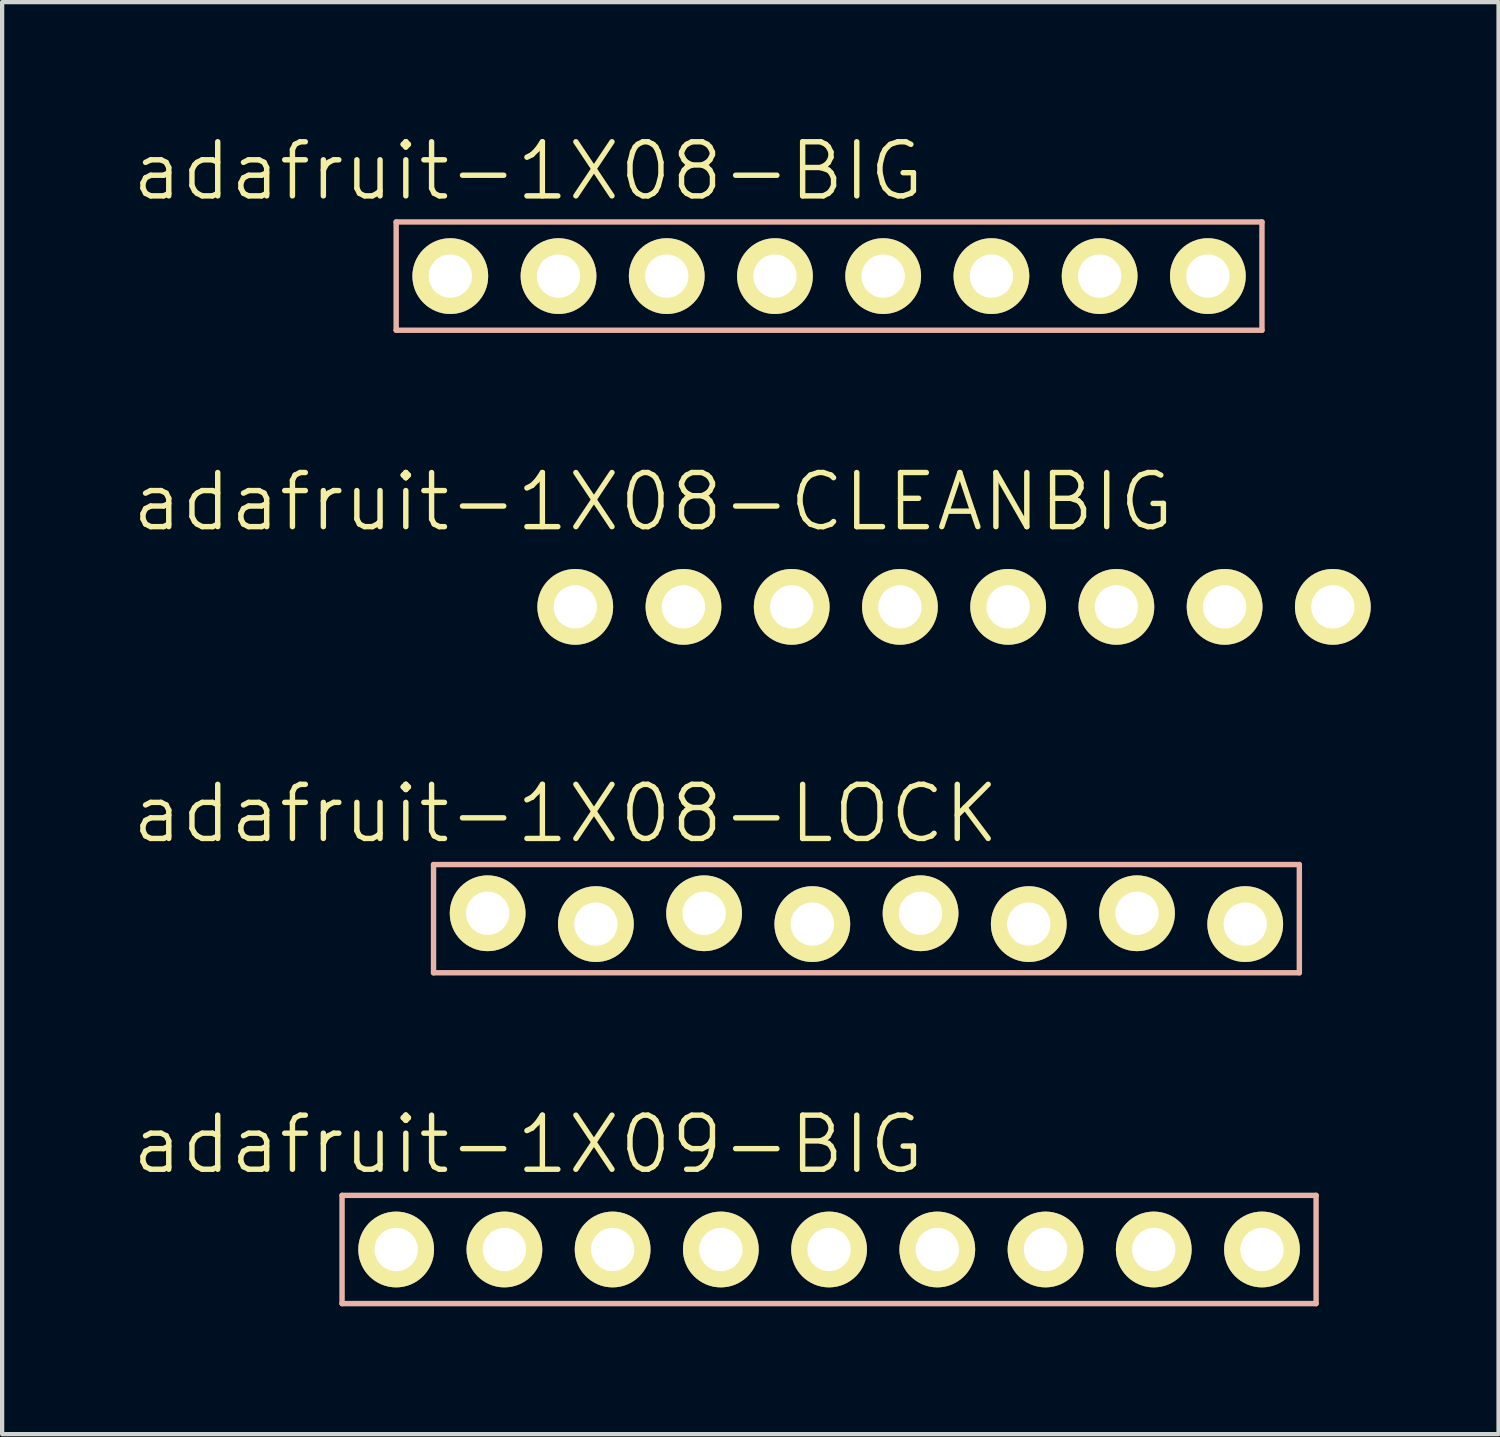
<source format=kicad_pcb>
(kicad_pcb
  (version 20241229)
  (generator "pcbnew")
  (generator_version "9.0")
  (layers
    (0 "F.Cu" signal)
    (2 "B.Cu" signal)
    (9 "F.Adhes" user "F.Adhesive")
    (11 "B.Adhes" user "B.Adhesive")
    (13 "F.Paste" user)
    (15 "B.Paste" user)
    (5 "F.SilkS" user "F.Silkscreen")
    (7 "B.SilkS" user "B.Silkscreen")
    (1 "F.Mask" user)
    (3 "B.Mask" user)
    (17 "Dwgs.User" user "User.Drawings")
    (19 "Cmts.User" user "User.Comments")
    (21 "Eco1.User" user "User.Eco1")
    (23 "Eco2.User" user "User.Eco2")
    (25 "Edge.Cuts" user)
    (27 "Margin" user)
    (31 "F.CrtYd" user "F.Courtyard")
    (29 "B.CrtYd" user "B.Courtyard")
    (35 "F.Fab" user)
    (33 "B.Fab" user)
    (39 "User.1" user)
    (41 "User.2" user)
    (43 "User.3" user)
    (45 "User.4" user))
  (footprint "adafruit-1X08-BIG"
    (layer "F.Cu")
    (at 16.408 3.43)
    (property "Reference" "adafruit-1X08-BIG" (at -7.061 -2.464 0) (layer "F.SilkS") (effects (font (size 1.27 1.27) (thickness 0.127))))
    (attr exclude_from_pos_files exclude_from_bom)
    (fp_line (start -9.144 -0.254) (end -8.636 -0.254) (stroke (width 0.066) (type solid)) (layer "F.SilkS"))
    (fp_line (start -9.144 0.254) (end -9.144 -0.254) (stroke (width 0.066) (type solid)) (layer "F.SilkS"))
    (fp_line (start -9.144 0.254) (end -8.636 0.254) (stroke (width 0.066) (type solid)) (layer "F.SilkS"))
    (fp_line (start -8.636 0.254) (end -8.636 -0.254) (stroke (width 0.066) (type solid)) (layer "F.SilkS"))
    (fp_line (start -6.604 -0.254) (end -6.096 -0.254) (stroke (width 0.066) (type solid)) (layer "F.SilkS"))
    (fp_line (start -6.604 0.254) (end -6.604 -0.254) (stroke (width 0.066) (type solid)) (layer "F.SilkS"))
    (fp_line (start -6.604 0.254) (end -6.096 0.254) (stroke (width 0.066) (type solid)) (layer "F.SilkS"))
    (fp_line (start -6.096 0.254) (end -6.096 -0.254) (stroke (width 0.066) (type solid)) (layer "F.SilkS"))
    (fp_line (start -4.064 -0.254) (end -3.556 -0.254) (stroke (width 0.066) (type solid)) (layer "F.SilkS"))
    (fp_line (start -4.064 0.254) (end -4.064 -0.254) (stroke (width 0.066) (type solid)) (layer "F.SilkS"))
    (fp_line (start -4.064 0.254) (end -3.556 0.254) (stroke (width 0.066) (type solid)) (layer "F.SilkS"))
    (fp_line (start -3.556 0.254) (end -3.556 -0.254) (stroke (width 0.066) (type solid)) (layer "F.SilkS"))
    (fp_line (start -1.524 -0.254) (end -1.016 -0.254) (stroke (width 0.066) (type solid)) (layer "F.SilkS"))
    (fp_line (start -1.524 0.254) (end -1.524 -0.254) (stroke (width 0.066) (type solid)) (layer "F.SilkS"))
    (fp_line (start -1.524 0.254) (end -1.016 0.254) (stroke (width 0.066) (type solid)) (layer "F.SilkS"))
    (fp_line (start -1.016 0.254) (end -1.016 -0.254) (stroke (width 0.066) (type solid)) (layer "F.SilkS"))
    (fp_line (start 1.016 -0.254) (end 1.524 -0.254) (stroke (width 0.066) (type solid)) (layer "F.SilkS"))
    (fp_line (start 1.016 0.254) (end 1.016 -0.254) (stroke (width 0.066) (type solid)) (layer "F.SilkS"))
    (fp_line (start 1.016 0.254) (end 1.524 0.254) (stroke (width 0.066) (type solid)) (layer "F.SilkS"))
    (fp_line (start 1.524 0.254) (end 1.524 -0.254) (stroke (width 0.066) (type solid)) (layer "F.SilkS"))
    (fp_line (start 3.556 -0.254) (end 4.064 -0.254) (stroke (width 0.066) (type solid)) (layer "F.SilkS"))
    (fp_line (start 3.556 0.254) (end 3.556 -0.254) (stroke (width 0.066) (type solid)) (layer "F.SilkS"))
    (fp_line (start 3.556 0.254) (end 4.064 0.254) (stroke (width 0.066) (type solid)) (layer "F.SilkS"))
    (fp_line (start 4.064 0.254) (end 4.064 -0.254) (stroke (width 0.066) (type solid)) (layer "F.SilkS"))
    (fp_line (start 6.096 -0.254) (end 6.604 -0.254) (stroke (width 0.066) (type solid)) (layer "F.SilkS"))
    (fp_line (start 6.096 0.254) (end 6.096 -0.254) (stroke (width 0.066) (type solid)) (layer "F.SilkS"))
    (fp_line (start 6.096 0.254) (end 6.604 0.254) (stroke (width 0.066) (type solid)) (layer "F.SilkS"))
    (fp_line (start 6.604 0.254) (end 6.604 -0.254) (stroke (width 0.066) (type solid)) (layer "F.SilkS"))
    (fp_line (start 8.636 -0.254) (end 9.144 -0.254) (stroke (width 0.066) (type solid)) (layer "F.SilkS"))
    (fp_line (start 8.636 0.254) (end 8.636 -0.254) (stroke (width 0.066) (type solid)) (layer "F.SilkS"))
    (fp_line (start 8.636 0.254) (end 9.144 0.254) (stroke (width 0.066) (type solid)) (layer "F.SilkS"))
    (fp_line (start 9.144 0.254) (end 9.144 -0.254) (stroke (width 0.066) (type solid)) (layer "F.SilkS"))
    (fp_line (start -10.16 -1.27) (end 10.16 -1.27) (stroke (width 0.127) (type solid)) (layer "B.SilkS"))
    (fp_line (start -10.16 1.27) (end -10.16 -1.27) (stroke (width 0.127) (type solid)) (layer "B.SilkS"))
    (fp_line (start 10.16 -1.27) (end 10.16 1.27) (stroke (width 0.127) (type solid)) (layer "B.SilkS"))
    (fp_line (start 10.16 1.27) (end -10.16 1.27) (stroke (width 0.127) (type solid)) (layer "B.SilkS"))
    (pad "1" thru_hole circle (at -8.89 0) (size 1.778 1.778) (drill 1.016) (layers "*.Cu" "F.Mask" "F.SilkS" "F.Paste"))
    (pad "2" thru_hole circle (at -6.35 0) (size 1.778 1.778) (drill 1.016) (layers "*.Cu" "F.Mask" "F.SilkS" "F.Paste"))
    (pad "3" thru_hole circle (at -3.81 0) (size 1.778 1.778) (drill 1.016) (layers "*.Cu" "F.Mask" "F.SilkS" "F.Paste"))
    (pad "4" thru_hole circle (at -1.27 0) (size 1.778 1.778) (drill 1.016) (layers "*.Cu" "F.Mask" "F.SilkS" "F.Paste"))
    (pad "5" thru_hole circle (at 1.27 0) (size 1.778 1.778) (drill 1.016) (layers "*.Cu" "F.Mask" "F.SilkS" "F.Paste"))
    (pad "6" thru_hole circle (at 3.81 0) (size 1.778 1.778) (drill 1.016) (layers "*.Cu" "F.Mask" "F.SilkS" "F.Paste"))
    (pad "7" thru_hole circle (at 6.35 0) (size 1.778 1.778) (drill 1.016) (layers "*.Cu" "F.Mask" "F.SilkS" "F.Paste"))
    (pad "8" thru_hole circle (at 8.89 0) (size 1.778 1.778) (drill 1.016) (layers "*.Cu" "F.Mask" "F.SilkS" "F.Paste")))
  (footprint "adafruit-1X08-CLEANBIG"
    (layer "F.Cu")
    (at 19.341 11.193)
    (property "Reference" "adafruit-1X08-CLEANBIG" (at -7.061 -2.464 0) (layer "F.SilkS") (effects (font (size 1.27 1.27) (thickness 0.127))))
    (attr exclude_from_pos_files exclude_from_bom)
    (fp_line (start -9.144 -0.254) (end -8.636 -0.254) (stroke (width 0.066) (type solid)) (layer "F.SilkS"))
    (fp_line (start -9.144 0.254) (end -9.144 -0.254) (stroke (width 0.066) (type solid)) (layer "F.SilkS"))
    (fp_line (start -9.144 0.254) (end -8.636 0.254) (stroke (width 0.066) (type solid)) (layer "F.SilkS"))
    (fp_line (start -8.636 0.254) (end -8.636 -0.254) (stroke (width 0.066) (type solid)) (layer "F.SilkS"))
    (fp_line (start -6.604 -0.254) (end -6.096 -0.254) (stroke (width 0.066) (type solid)) (layer "F.SilkS"))
    (fp_line (start -6.604 0.254) (end -6.604 -0.254) (stroke (width 0.066) (type solid)) (layer "F.SilkS"))
    (fp_line (start -6.604 0.254) (end -6.096 0.254) (stroke (width 0.066) (type solid)) (layer "F.SilkS"))
    (fp_line (start -6.096 0.254) (end -6.096 -0.254) (stroke (width 0.066) (type solid)) (layer "F.SilkS"))
    (fp_line (start -4.064 -0.254) (end -3.556 -0.254) (stroke (width 0.066) (type solid)) (layer "F.SilkS"))
    (fp_line (start -4.064 0.254) (end -4.064 -0.254) (stroke (width 0.066) (type solid)) (layer "F.SilkS"))
    (fp_line (start -4.064 0.254) (end -3.556 0.254) (stroke (width 0.066) (type solid)) (layer "F.SilkS"))
    (fp_line (start -3.556 0.254) (end -3.556 -0.254) (stroke (width 0.066) (type solid)) (layer "F.SilkS"))
    (fp_line (start -1.524 -0.254) (end -1.016 -0.254) (stroke (width 0.066) (type solid)) (layer "F.SilkS"))
    (fp_line (start -1.524 0.254) (end -1.524 -0.254) (stroke (width 0.066) (type solid)) (layer "F.SilkS"))
    (fp_line (start -1.524 0.254) (end -1.016 0.254) (stroke (width 0.066) (type solid)) (layer "F.SilkS"))
    (fp_line (start -1.016 0.254) (end -1.016 -0.254) (stroke (width 0.066) (type solid)) (layer "F.SilkS"))
    (fp_line (start 1.016 -0.254) (end 1.524 -0.254) (stroke (width 0.066) (type solid)) (layer "F.SilkS"))
    (fp_line (start 1.016 0.254) (end 1.016 -0.254) (stroke (width 0.066) (type solid)) (layer "F.SilkS"))
    (fp_line (start 1.016 0.254) (end 1.524 0.254) (stroke (width 0.066) (type solid)) (layer "F.SilkS"))
    (fp_line (start 1.524 0.254) (end 1.524 -0.254) (stroke (width 0.066) (type solid)) (layer "F.SilkS"))
    (fp_line (start 3.556 -0.254) (end 4.064 -0.254) (stroke (width 0.066) (type solid)) (layer "F.SilkS"))
    (fp_line (start 3.556 0.254) (end 3.556 -0.254) (stroke (width 0.066) (type solid)) (layer "F.SilkS"))
    (fp_line (start 3.556 0.254) (end 4.064 0.254) (stroke (width 0.066) (type solid)) (layer "F.SilkS"))
    (fp_line (start 4.064 0.254) (end 4.064 -0.254) (stroke (width 0.066) (type solid)) (layer "F.SilkS"))
    (fp_line (start 6.096 -0.254) (end 6.604 -0.254) (stroke (width 0.066) (type solid)) (layer "F.SilkS"))
    (fp_line (start 6.096 0.254) (end 6.096 -0.254) (stroke (width 0.066) (type solid)) (layer "F.SilkS"))
    (fp_line (start 6.096 0.254) (end 6.604 0.254) (stroke (width 0.066) (type solid)) (layer "F.SilkS"))
    (fp_line (start 6.604 0.254) (end 6.604 -0.254) (stroke (width 0.066) (type solid)) (layer "F.SilkS"))
    (fp_line (start 8.636 -0.254) (end 9.144 -0.254) (stroke (width 0.066) (type solid)) (layer "F.SilkS"))
    (fp_line (start 8.636 0.254) (end 8.636 -0.254) (stroke (width 0.066) (type solid)) (layer "F.SilkS"))
    (fp_line (start 8.636 0.254) (end 9.144 0.254) (stroke (width 0.066) (type solid)) (layer "F.SilkS"))
    (fp_line (start 9.144 0.254) (end 9.144 -0.254) (stroke (width 0.066) (type solid)) (layer "F.SilkS"))
    (pad "1" thru_hole circle (at -8.89 0) (size 1.778 1.778) (drill 1.016) (layers "*.Cu" "F.Mask" "F.SilkS" "F.Paste"))
    (pad "2" thru_hole circle (at -6.35 0) (size 1.778 1.778) (drill 1.016) (layers "*.Cu" "F.Mask" "F.SilkS" "F.Paste"))
    (pad "3" thru_hole circle (at -3.81 0) (size 1.778 1.778) (drill 1.016) (layers "*.Cu" "F.Mask" "F.SilkS" "F.Paste"))
    (pad "4" thru_hole circle (at -1.27 0) (size 1.778 1.778) (drill 1.016) (layers "*.Cu" "F.Mask" "F.SilkS" "F.Paste"))
    (pad "5" thru_hole circle (at 1.27 0) (size 1.778 1.778) (drill 1.016) (layers "*.Cu" "F.Mask" "F.SilkS" "F.Paste"))
    (pad "6" thru_hole circle (at 3.81 0) (size 1.778 1.778) (drill 1.016) (layers "*.Cu" "F.Mask" "F.SilkS" "F.Paste"))
    (pad "7" thru_hole circle (at 6.35 0) (size 1.778 1.778) (drill 1.016) (layers "*.Cu" "F.Mask" "F.SilkS" "F.Paste"))
    (pad "8" thru_hole circle (at 8.89 0) (size 1.778 1.778) (drill 1.016) (layers "*.Cu" "F.Mask" "F.SilkS" "F.Paste")))
  (footprint "adafruit-1X08-LOCK"
    (layer "F.Cu")
    (at 17.285 18.511)
    (property "Reference" "adafruit-1X08-LOCK" (at -7.061 -2.464 0) (layer "F.SilkS") (effects (font (size 1.27 1.27) (thickness 0.127))))
    (attr exclude_from_pos_files exclude_from_bom)
    (fp_line (start -9.144 -0.254) (end -8.636 -0.254) (stroke (width 0.066) (type solid)) (layer "F.SilkS"))
    (fp_line (start -9.144 0.254) (end -9.144 -0.254) (stroke (width 0.066) (type solid)) (layer "F.SilkS"))
    (fp_line (start -9.144 0.254) (end -8.636 0.254) (stroke (width 0.066) (type solid)) (layer "F.SilkS"))
    (fp_line (start -8.636 0.254) (end -8.636 -0.254) (stroke (width 0.066) (type solid)) (layer "F.SilkS"))
    (fp_line (start -6.604 -0.254) (end -6.096 -0.254) (stroke (width 0.066) (type solid)) (layer "F.SilkS"))
    (fp_line (start -6.604 0.254) (end -6.604 -0.254) (stroke (width 0.066) (type solid)) (layer "F.SilkS"))
    (fp_line (start -6.604 0.254) (end -6.096 0.254) (stroke (width 0.066) (type solid)) (layer "F.SilkS"))
    (fp_line (start -6.096 0.254) (end -6.096 -0.254) (stroke (width 0.066) (type solid)) (layer "F.SilkS"))
    (fp_line (start -4.064 -0.254) (end -3.556 -0.254) (stroke (width 0.066) (type solid)) (layer "F.SilkS"))
    (fp_line (start -4.064 0.254) (end -4.064 -0.254) (stroke (width 0.066) (type solid)) (layer "F.SilkS"))
    (fp_line (start -4.064 0.254) (end -3.556 0.254) (stroke (width 0.066) (type solid)) (layer "F.SilkS"))
    (fp_line (start -3.556 0.254) (end -3.556 -0.254) (stroke (width 0.066) (type solid)) (layer "F.SilkS"))
    (fp_line (start -1.524 -0.254) (end -1.016 -0.254) (stroke (width 0.066) (type solid)) (layer "F.SilkS"))
    (fp_line (start -1.524 0.254) (end -1.524 -0.254) (stroke (width 0.066) (type solid)) (layer "F.SilkS"))
    (fp_line (start -1.524 0.254) (end -1.016 0.254) (stroke (width 0.066) (type solid)) (layer "F.SilkS"))
    (fp_line (start -1.016 0.254) (end -1.016 -0.254) (stroke (width 0.066) (type solid)) (layer "F.SilkS"))
    (fp_line (start 1.016 -0.254) (end 1.524 -0.254) (stroke (width 0.066) (type solid)) (layer "F.SilkS"))
    (fp_line (start 1.016 0.254) (end 1.016 -0.254) (stroke (width 0.066) (type solid)) (layer "F.SilkS"))
    (fp_line (start 1.016 0.254) (end 1.524 0.254) (stroke (width 0.066) (type solid)) (layer "F.SilkS"))
    (fp_line (start 1.524 0.254) (end 1.524 -0.254) (stroke (width 0.066) (type solid)) (layer "F.SilkS"))
    (fp_line (start 3.556 -0.254) (end 4.064 -0.254) (stroke (width 0.066) (type solid)) (layer "F.SilkS"))
    (fp_line (start 3.556 0.254) (end 3.556 -0.254) (stroke (width 0.066) (type solid)) (layer "F.SilkS"))
    (fp_line (start 3.556 0.254) (end 4.064 0.254) (stroke (width 0.066) (type solid)) (layer "F.SilkS"))
    (fp_line (start 4.064 0.254) (end 4.064 -0.254) (stroke (width 0.066) (type solid)) (layer "F.SilkS"))
    (fp_line (start 6.096 -0.254) (end 6.604 -0.254) (stroke (width 0.066) (type solid)) (layer "F.SilkS"))
    (fp_line (start 6.096 0.254) (end 6.096 -0.254) (stroke (width 0.066) (type solid)) (layer "F.SilkS"))
    (fp_line (start 6.096 0.254) (end 6.604 0.254) (stroke (width 0.066) (type solid)) (layer "F.SilkS"))
    (fp_line (start 6.604 0.254) (end 6.604 -0.254) (stroke (width 0.066) (type solid)) (layer "F.SilkS"))
    (fp_line (start 8.636 -0.254) (end 9.144 -0.254) (stroke (width 0.066) (type solid)) (layer "F.SilkS"))
    (fp_line (start 8.636 0.254) (end 8.636 -0.254) (stroke (width 0.066) (type solid)) (layer "F.SilkS"))
    (fp_line (start 8.636 0.254) (end 9.144 0.254) (stroke (width 0.066) (type solid)) (layer "F.SilkS"))
    (fp_line (start 9.144 0.254) (end 9.144 -0.254) (stroke (width 0.066) (type solid)) (layer "F.SilkS"))
    (fp_line (start -10.16 -1.27) (end 10.16 -1.27) (stroke (width 0.127) (type solid)) (layer "B.SilkS"))
    (fp_line (start -10.16 1.27) (end -10.16 -1.27) (stroke (width 0.127) (type solid)) (layer "B.SilkS"))
    (fp_line (start 10.16 -1.27) (end 10.16 1.27) (stroke (width 0.127) (type solid)) (layer "B.SilkS"))
    (fp_line (start 10.16 1.27) (end -10.16 1.27) (stroke (width 0.127) (type solid)) (layer "B.SilkS"))
    (pad "1" thru_hole circle (at -8.89 -0.127) (size 1.778 1.778) (drill 1.016) (layers "*.Cu" "F.Mask" "F.SilkS" "F.Paste"))
    (pad "2" thru_hole circle (at -6.35 0.127) (size 1.778 1.778) (drill 1.016) (layers "*.Cu" "F.Mask" "F.SilkS" "F.Paste"))
    (pad "3" thru_hole circle (at -3.81 -0.127) (size 1.778 1.778) (drill 1.016) (layers "*.Cu" "F.Mask" "F.SilkS" "F.Paste"))
    (pad "4" thru_hole circle (at -1.27 0.127) (size 1.778 1.778) (drill 1.016) (layers "*.Cu" "F.Mask" "F.SilkS" "F.Paste"))
    (pad "5" thru_hole circle (at 1.27 -0.127) (size 1.778 1.778) (drill 1.016) (layers "*.Cu" "F.Mask" "F.SilkS" "F.Paste"))
    (pad "6" thru_hole circle (at 3.81 0.127) (size 1.778 1.778) (drill 1.016) (layers "*.Cu" "F.Mask" "F.SilkS" "F.Paste"))
    (pad "7" thru_hole circle (at 6.35 -0.127) (size 1.778 1.778) (drill 1.016) (layers "*.Cu" "F.Mask" "F.SilkS" "F.Paste"))
    (pad "8" thru_hole circle (at 8.89 0.127) (size 1.778 1.778) (drill 1.016) (layers "*.Cu" "F.Mask" "F.SilkS" "F.Paste")))
  (footprint "adafruit-1X09-BIG"
    (layer "F.Cu")
    (at 16.408 26.275)
    (property "Reference" "adafruit-1X09-BIG" (at -7.061 -2.464 0) (layer "F.SilkS") (effects (font (size 1.27 1.27) (thickness 0.127))))
    (attr exclude_from_pos_files exclude_from_bom)
    (fp_line (start -10.414 -0.254) (end -9.906 -0.254) (stroke (width 0.066) (type solid)) (layer "F.SilkS"))
    (fp_line (start -10.414 0.254) (end -10.414 -0.254) (stroke (width 0.066) (type solid)) (layer "F.SilkS"))
    (fp_line (start -10.414 0.254) (end -9.906 0.254) (stroke (width 0.066) (type solid)) (layer "F.SilkS"))
    (fp_line (start -9.906 0.254) (end -9.906 -0.254) (stroke (width 0.066) (type solid)) (layer "F.SilkS"))
    (fp_line (start -7.874 -0.254) (end -7.366 -0.254) (stroke (width 0.066) (type solid)) (layer "F.SilkS"))
    (fp_line (start -7.874 0.254) (end -7.874 -0.254) (stroke (width 0.066) (type solid)) (layer "F.SilkS"))
    (fp_line (start -7.874 0.254) (end -7.366 0.254) (stroke (width 0.066) (type solid)) (layer "F.SilkS"))
    (fp_line (start -7.366 0.254) (end -7.366 -0.254) (stroke (width 0.066) (type solid)) (layer "F.SilkS"))
    (fp_line (start -5.334 -0.254) (end -4.826 -0.254) (stroke (width 0.066) (type solid)) (layer "F.SilkS"))
    (fp_line (start -5.334 0.254) (end -5.334 -0.254) (stroke (width 0.066) (type solid)) (layer "F.SilkS"))
    (fp_line (start -5.334 0.254) (end -4.826 0.254) (stroke (width 0.066) (type solid)) (layer "F.SilkS"))
    (fp_line (start -4.826 0.254) (end -4.826 -0.254) (stroke (width 0.066) (type solid)) (layer "F.SilkS"))
    (fp_line (start -2.794 -0.254) (end -2.286 -0.254) (stroke (width 0.066) (type solid)) (layer "F.SilkS"))
    (fp_line (start -2.794 0.254) (end -2.794 -0.254) (stroke (width 0.066) (type solid)) (layer "F.SilkS"))
    (fp_line (start -2.794 0.254) (end -2.286 0.254) (stroke (width 0.066) (type solid)) (layer "F.SilkS"))
    (fp_line (start -2.286 0.254) (end -2.286 -0.254) (stroke (width 0.066) (type solid)) (layer "F.SilkS"))
    (fp_line (start -0.254 -0.254) (end 0.254 -0.254) (stroke (width 0.066) (type solid)) (layer "F.SilkS"))
    (fp_line (start -0.254 0.254) (end -0.254 -0.254) (stroke (width 0.066) (type solid)) (layer "F.SilkS"))
    (fp_line (start -0.254 0.254) (end 0.254 0.254) (stroke (width 0.066) (type solid)) (layer "F.SilkS"))
    (fp_line (start 0.254 0.254) (end 0.254 -0.254) (stroke (width 0.066) (type solid)) (layer "F.SilkS"))
    (fp_line (start 2.286 -0.254) (end 2.794 -0.254) (stroke (width 0.066) (type solid)) (layer "F.SilkS"))
    (fp_line (start 2.286 0.254) (end 2.286 -0.254) (stroke (width 0.066) (type solid)) (layer "F.SilkS"))
    (fp_line (start 2.286 0.254) (end 2.794 0.254) (stroke (width 0.066) (type solid)) (layer "F.SilkS"))
    (fp_line (start 2.794 0.254) (end 2.794 -0.254) (stroke (width 0.066) (type solid)) (layer "F.SilkS"))
    (fp_line (start 4.826 -0.254) (end 5.334 -0.254) (stroke (width 0.066) (type solid)) (layer "F.SilkS"))
    (fp_line (start 4.826 0.254) (end 4.826 -0.254) (stroke (width 0.066) (type solid)) (layer "F.SilkS"))
    (fp_line (start 4.826 0.254) (end 5.334 0.254) (stroke (width 0.066) (type solid)) (layer "F.SilkS"))
    (fp_line (start 5.334 0.254) (end 5.334 -0.254) (stroke (width 0.066) (type solid)) (layer "F.SilkS"))
    (fp_line (start 7.366 -0.254) (end 7.874 -0.254) (stroke (width 0.066) (type solid)) (layer "F.SilkS"))
    (fp_line (start 7.366 0.254) (end 7.366 -0.254) (stroke (width 0.066) (type solid)) (layer "F.SilkS"))
    (fp_line (start 7.366 0.254) (end 7.874 0.254) (stroke (width 0.066) (type solid)) (layer "F.SilkS"))
    (fp_line (start 7.874 0.254) (end 7.874 -0.254) (stroke (width 0.066) (type solid)) (layer "F.SilkS"))
    (fp_line (start 9.906 -0.254) (end 10.414 -0.254) (stroke (width 0.066) (type solid)) (layer "F.SilkS"))
    (fp_line (start 9.906 0.254) (end 9.906 -0.254) (stroke (width 0.066) (type solid)) (layer "F.SilkS"))
    (fp_line (start 9.906 0.254) (end 10.414 0.254) (stroke (width 0.066) (type solid)) (layer "F.SilkS"))
    (fp_line (start 10.414 0.254) (end 10.414 -0.254) (stroke (width 0.066) (type solid)) (layer "F.SilkS"))
    (fp_line (start -11.43 -1.27) (end 11.43 -1.27) (stroke (width 0.127) (type solid)) (layer "B.SilkS"))
    (fp_line (start -11.43 1.27) (end -11.43 -1.27) (stroke (width 0.127) (type solid)) (layer "B.SilkS"))
    (fp_line (start 11.43 -1.27) (end 11.43 1.27) (stroke (width 0.127) (type solid)) (layer "B.SilkS"))
    (fp_line (start 11.43 1.27) (end -11.43 1.27) (stroke (width 0.127) (type solid)) (layer "B.SilkS"))
    (pad "1" thru_hole circle (at -10.16 0) (size 1.778 1.778) (drill 1.016) (layers "*.Cu" "F.Mask" "F.SilkS" "F.Paste"))
    (pad "2" thru_hole circle (at -7.62 0) (size 1.778 1.778) (drill 1.016) (layers "*.Cu" "F.Mask" "F.SilkS" "F.Paste"))
    (pad "3" thru_hole circle (at -5.08 0) (size 1.778 1.778) (drill 1.016) (layers "*.Cu" "F.Mask" "F.SilkS" "F.Paste"))
    (pad "4" thru_hole circle (at -2.54 0) (size 1.778 1.778) (drill 1.016) (layers "*.Cu" "F.Mask" "F.SilkS" "F.Paste"))
    (pad "5" thru_hole circle (at 0 0) (size 1.778 1.778) (drill 1.016) (layers "*.Cu" "F.Mask" "F.SilkS" "F.Paste"))
    (pad "6" thru_hole circle (at 2.54 0) (size 1.778 1.778) (drill 1.016) (layers "*.Cu" "F.Mask" "F.SilkS" "F.Paste"))
    (pad "7" thru_hole circle (at 5.08 0) (size 1.778 1.778) (drill 1.016) (layers "*.Cu" "F.Mask" "F.SilkS" "F.Paste"))
    (pad "8" thru_hole circle (at 7.62 0) (size 1.778 1.778) (drill 1.016) (layers "*.Cu" "F.Mask" "F.SilkS" "F.Paste"))
    (pad "9" thru_hole circle (at 10.16 0) (size 1.778 1.778) (drill 1.016) (layers "*.Cu" "F.Mask" "F.SilkS" "F.Paste")))
  (gr_rect
    (start -3 -3)
    (end 32.12 30.608)
    (stroke (width 0.1) (type default))
    (fill no)
    (layer "Edge.Cuts")))
</source>
